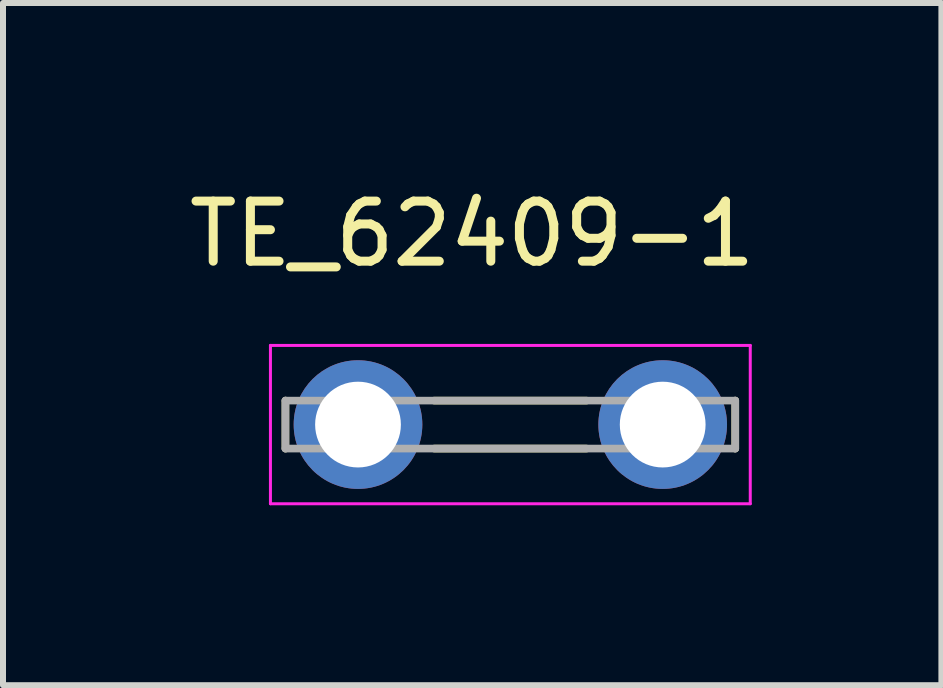
<source format=kicad_pcb>
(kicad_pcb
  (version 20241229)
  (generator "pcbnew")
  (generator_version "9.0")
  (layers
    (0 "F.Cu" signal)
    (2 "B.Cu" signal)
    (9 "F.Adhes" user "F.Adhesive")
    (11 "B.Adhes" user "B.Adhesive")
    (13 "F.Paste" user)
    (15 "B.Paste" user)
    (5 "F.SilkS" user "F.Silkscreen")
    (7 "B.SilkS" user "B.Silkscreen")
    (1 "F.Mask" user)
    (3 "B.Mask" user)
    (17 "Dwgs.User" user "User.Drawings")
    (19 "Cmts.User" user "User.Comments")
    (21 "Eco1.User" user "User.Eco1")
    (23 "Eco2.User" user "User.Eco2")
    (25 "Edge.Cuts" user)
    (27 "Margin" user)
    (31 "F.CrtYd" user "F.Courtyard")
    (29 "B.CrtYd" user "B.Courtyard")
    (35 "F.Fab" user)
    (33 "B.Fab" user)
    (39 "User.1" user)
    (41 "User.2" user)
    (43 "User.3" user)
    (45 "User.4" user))
  (footprint "TE_62409-1"
    (layer "F.Cu")
    (at 5.459 4.029)
    (property "Reference" "TE_62409-1" (at -0.636 -3.18 0) (layer "F.SilkS") (effects (font (size 1.002 1.002) (thickness 0.15))))
    (attr through_hole)
    (fp_line (start -3.75 -0.4) (end -3.75 0.4) (stroke (width 0.127) (type solid)) (layer "F.SilkS"))
    (fp_line (start -1.27 -0.4) (end 1.27 -0.4) (stroke (width 0.127) (type solid)) (layer "F.SilkS"))
    (fp_line (start -1.27 0.4) (end 1.27 0.4) (stroke (width 0.127) (type solid)) (layer "F.SilkS"))
    (fp_line (start 3.75 -0.4) (end 3.75 0.4) (stroke (width 0.127) (type solid)) (layer "F.SilkS"))
    (fp_line (start -4 -1.32) (end 4 -1.32) (stroke (width 0.05) (type solid)) (layer "F.CrtYd"))
    (fp_line (start -4 1.32) (end -4 -1.32) (stroke (width 0.05) (type solid)) (layer "F.CrtYd"))
    (fp_line (start 4 -1.32) (end 4 1.32) (stroke (width 0.05) (type solid)) (layer "F.CrtYd"))
    (fp_line (start 4 1.32) (end -4 1.32) (stroke (width 0.05) (type solid)) (layer "F.CrtYd"))
    (fp_line (start -3.75 -0.4) (end 3.75 -0.4) (stroke (width 0.127) (type solid)) (layer "F.Fab"))
    (fp_line (start -3.75 0.4) (end -3.75 -0.4) (stroke (width 0.127) (type solid)) (layer "F.Fab"))
    (fp_line (start 3.75 -0.4) (end 3.75 0.4) (stroke (width 0.127) (type solid)) (layer "F.Fab"))
    (fp_line (start 3.75 0.4) (end -3.75 0.4) (stroke (width 0.127) (type solid)) (layer "F.Fab"))
    (pad "1" thru_hole circle (at -2.54 0) (size 2.145 2.145) (drill 1.43) (layers "*.Cu" "*.Mask"))
    (pad "2" thru_hole circle (at 2.54 0) (size 2.145 2.145) (drill 1.43) (layers "*.Cu" "*.Mask")))
  (gr_rect
    (start -3 -3)
    (end 12.646 8.374)
    (stroke (width 0.1) (type default))
    (fill no)
    (layer "Edge.Cuts")))
</source>
